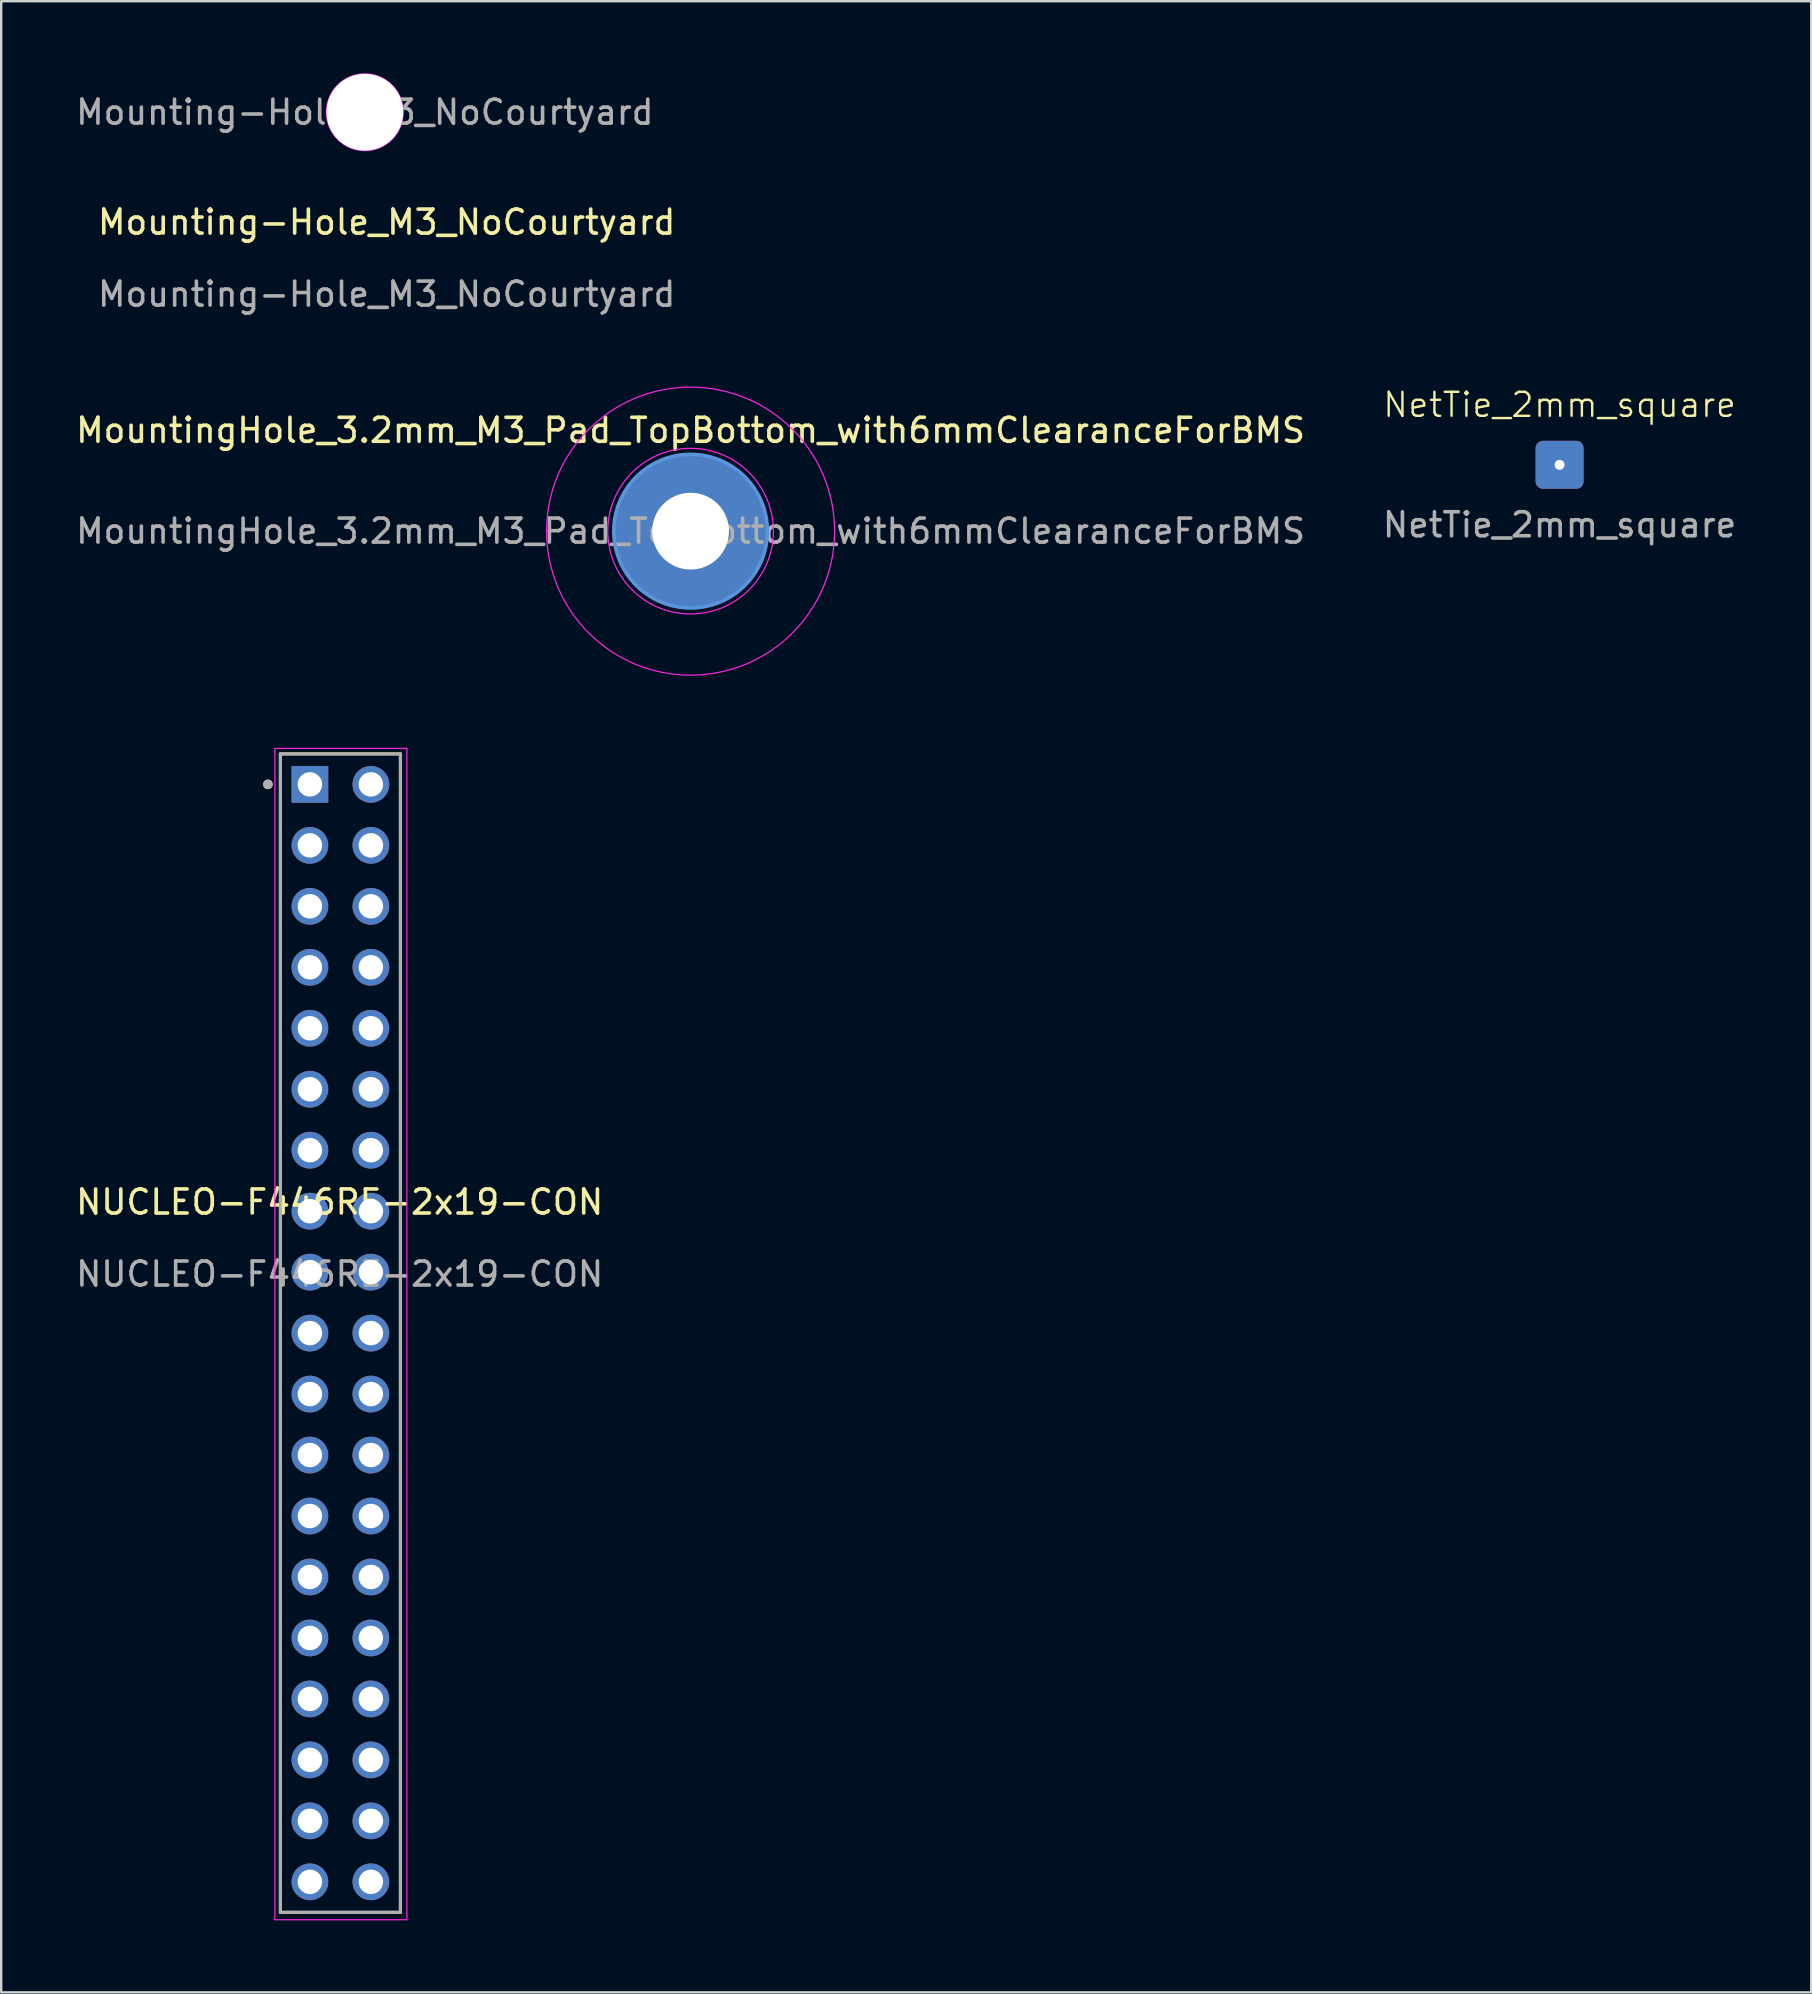
<source format=kicad_pcb>
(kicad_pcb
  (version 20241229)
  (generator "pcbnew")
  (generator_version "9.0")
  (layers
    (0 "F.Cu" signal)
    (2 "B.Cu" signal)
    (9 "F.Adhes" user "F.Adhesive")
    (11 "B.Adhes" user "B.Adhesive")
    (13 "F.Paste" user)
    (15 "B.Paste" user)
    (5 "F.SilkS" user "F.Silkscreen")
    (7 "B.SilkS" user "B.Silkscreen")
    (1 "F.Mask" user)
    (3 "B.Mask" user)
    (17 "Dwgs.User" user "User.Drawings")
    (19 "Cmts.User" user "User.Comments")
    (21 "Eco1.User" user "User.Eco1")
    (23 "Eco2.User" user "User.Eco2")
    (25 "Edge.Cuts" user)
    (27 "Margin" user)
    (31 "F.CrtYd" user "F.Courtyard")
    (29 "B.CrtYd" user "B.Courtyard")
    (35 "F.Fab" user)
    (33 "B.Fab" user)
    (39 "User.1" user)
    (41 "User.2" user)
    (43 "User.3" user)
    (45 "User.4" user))
  (footprint "NetTie_2mm_square"
    (layer "F.Cu")
    (at 61.923 16.314)
    (property "Reference" "NetTie_2mm_square" (at 0 -2.5 0) (unlocked yes) (layer "F.SilkS") (effects (font (size 1 1) (thickness 0.1))))
    (attr board_only exclude_from_pos_files exclude_from_bom)
    (fp_text user "${REFERENCE}" (at 0 2.5 0) (unlocked yes) (layer "F.Fab") (effects (font (size 1 1) (thickness 0.15))))
    (pad "1" thru_hole roundrect (at 0 0) (size 2 2) (drill 0.4) (property pad_prop_testpoint) (layers "*.Cu") (roundrect_rratio 0.15) (padstack (mode front_inner_back) (layer "Inner" (shape circle) (size 0.6 0.6)) (layer "B.Cu" (shape circle) (size 0.6 0.6))))
    (pad "2" thru_hole circle (at 0 0) (size 0.6 0.6) (drill 0.4) (property pad_prop_testpoint) (layers "*.Cu") (padstack (mode front_inner_back) (layer "Inner" (shape circle) (size 0.6 0.6)) (layer "B.Cu" (shape roundrect) (size 2 2) (roundrect_rratio 0.15)))))
  (footprint "NUCLEO-F446RE-2x19-CON"
    (layer "F.Cu")
    (at 11.101 47.528)
    (property "Reference" "NUCLEO-F446RE-2x19-CON" (at 0 -0.5 0) (unlocked yes) (layer "F.SilkS") (effects (font (size 1 1) (thickness 0.15))))
    (attr through_hole)
    (fp_line (start -2.47 -19.17) (end -2.47 29.09) (stroke (width 0.127) (type solid)) (layer "F.SilkS"))
    (fp_line (start -2.47 29.09) (end 2.53 29.09) (stroke (width 0.127) (type solid)) (layer "F.SilkS"))
    (fp_line (start 2.53 -19.17) (end -2.47 -19.17) (stroke (width 0.127) (type solid)) (layer "F.SilkS"))
    (fp_line (start 2.53 29.09) (end 2.53 -19.17) (stroke (width 0.127) (type solid)) (layer "F.SilkS"))
    (fp_circle (center -2.99 -17.9) (end -2.89 -17.9) (stroke (width 0.2) (type solid)) (fill no) (layer "F.SilkS"))
    (fp_rect (start -2.7 -19.4) (end 2.8 29.4) (stroke (width 0.05) (type solid)) (fill no) (layer "F.CrtYd"))
    (fp_line (start -2.47 -19.17) (end -2.47 29.09) (stroke (width 0.127) (type solid)) (layer "F.Fab"))
    (fp_line (start -2.47 29.09) (end 2.53 29.09) (stroke (width 0.127) (type solid)) (layer "F.Fab"))
    (fp_line (start 2.53 -19.17) (end -2.47 -19.17) (stroke (width 0.127) (type solid)) (layer "F.Fab"))
    (fp_line (start 2.53 29.09) (end 2.53 -19.17) (stroke (width 0.127) (type solid)) (layer "F.Fab"))
    (fp_circle (center -2.99 -17.9) (end -2.89 -17.9) (stroke (width 0.2) (type solid)) (fill no) (layer "F.Fab"))
    (fp_text user "${REFERENCE}" (at 0 2.5 0) (unlocked yes) (layer "F.Fab") (effects (font (size 1 1) (thickness 0.15))))
    (pad "1" thru_hole rect (at -1.24 -17.9) (size 1.53 1.53) (drill 1.02) (layers "*.Cu" "*.Mask"))
    (pad "2" thru_hole circle (at 1.3 -17.9) (size 1.53 1.53) (drill 1.02) (layers "*.Cu" "*.Mask"))
    (pad "3" thru_hole circle (at -1.24 -15.36) (size 1.53 1.53) (drill 1.02) (layers "*.Cu" "*.Mask"))
    (pad "4" thru_hole circle (at 1.3 -15.36) (size 1.53 1.53) (drill 1.02) (layers "*.Cu" "*.Mask"))
    (pad "5" thru_hole circle (at -1.24 -12.82) (size 1.53 1.53) (drill 1.02) (layers "*.Cu" "*.Mask"))
    (pad "16" thru_hole circle (at 1.3 -12.82) (size 1.53 1.53) (drill 1.02) (layers "*.Cu" "*.Mask"))
    (pad "CN7_7" thru_hole circle (at -1.24 -10.28) (size 1.53 1.53) (drill 1.02) (layers "*.Cu" "*.Mask"))
    (pad "CN7_8" thru_hole circle (at 1.3 -10.28) (size 1.53 1.53) (drill 1.02) (layers "*.Cu" "*.Mask"))
    (pad "CN7_9" thru_hole circle (at -1.24 -7.74) (size 1.53 1.53) (drill 1.02) (layers "*.Cu" "*.Mask"))
    (pad "CN7_10" thru_hole circle (at 1.3 -7.74) (size 1.53 1.53) (drill 1.02) (layers "*.Cu" "*.Mask"))
    (pad "CN7_11" thru_hole circle (at -1.24 -5.2) (size 1.53 1.53) (drill 1.02) (layers "*.Cu" "*.Mask"))
    (pad "CN7_12" thru_hole circle (at 1.3 -5.2) (size 1.53 1.53) (drill 1.02) (layers "*.Cu" "*.Mask"))
    (pad "CN7_13" thru_hole circle (at -1.24 -2.66) (size 1.53 1.53) (drill 1.02) (layers "*.Cu" "*.Mask"))
    (pad "CN7_14" thru_hole circle (at 1.3 -2.66) (size 1.53 1.53) (drill 1.02) (layers "*.Cu" "*.Mask"))
    (pad "CN7_15" thru_hole circle (at -1.24 -0.12) (size 1.53 1.53) (drill 1.02) (layers "*.Cu" "*.Mask"))
    (pad "CN7_16" thru_hole circle (at 1.3 -0.12) (size 1.53 1.53) (drill 1.02) (layers "*.Cu" "*.Mask"))
    (pad "CN7_17" thru_hole circle (at -1.24 2.42) (size 1.53 1.53) (drill 1.02) (layers "*.Cu" "*.Mask"))
    (pad "CN7_18" thru_hole circle (at 1.3 2.42) (size 1.53 1.53) (drill 1.02) (layers "*.Cu" "*.Mask"))
    (pad "CN7_19" thru_hole circle (at -1.24 4.96) (size 1.53 1.53) (drill 1.02) (layers "*.Cu" "*.Mask"))
    (pad "CN7_20" thru_hole circle (at 1.3 4.96) (size 1.53 1.53) (drill 1.02) (layers "*.Cu" "*.Mask"))
    (pad "CN7_21" thru_hole circle (at -1.24 7.5) (size 1.53 1.53) (drill 1.02) (layers "*.Cu" "*.Mask"))
    (pad "CN7_22" thru_hole circle (at 1.3 7.5) (size 1.53 1.53) (drill 1.02) (layers "*.Cu" "*.Mask"))
    (pad "CN7_23" thru_hole circle (at -1.24 10.04) (size 1.53 1.53) (drill 1.02) (layers "*.Cu" "*.Mask"))
    (pad "CN7_24" thru_hole circle (at 1.3 10.04) (size 1.53 1.53) (drill 1.02) (layers "*.Cu" "*.Mask"))
    (pad "CN7_25" thru_hole circle (at -1.24 12.58) (size 1.53 1.53) (drill 1.02) (layers "*.Cu" "*.Mask"))
    (pad "CN7_26" thru_hole circle (at 1.3 12.58) (size 1.53 1.53) (drill 1.02) (layers "*.Cu" "*.Mask"))
    (pad "CN7_27" thru_hole circle (at -1.24 15.12) (size 1.53 1.53) (drill 1.02) (layers "*.Cu" "*.Mask"))
    (pad "CN7_28" thru_hole circle (at 1.3 15.12) (size 1.53 1.53) (drill 1.02) (layers "*.Cu" "*.Mask"))
    (pad "CN7_29" thru_hole circle (at -1.24 17.66) (size 1.53 1.53) (drill 1.02) (layers "*.Cu" "*.Mask"))
    (pad "CN7_30" thru_hole circle (at 1.3 17.66) (size 1.53 1.53) (drill 1.02) (layers "*.Cu" "*.Mask"))
    (pad "CN7_31" thru_hole circle (at -1.24 20.2) (size 1.53 1.53) (drill 1.02) (layers "*.Cu" "*.Mask"))
    (pad "CN7_32" thru_hole circle (at 1.3 20.2) (size 1.53 1.53) (drill 1.02) (layers "*.Cu" "*.Mask"))
    (pad "CN7_33" thru_hole circle (at -1.24 22.74) (size 1.53 1.53) (drill 1.02) (layers "*.Cu" "*.Mask"))
    (pad "CN7_34" thru_hole circle (at 1.3 22.74) (size 1.53 1.53) (drill 1.02) (layers "*.Cu" "*.Mask"))
    (pad "CN7_35" thru_hole circle (at -1.24 25.28) (size 1.53 1.53) (drill 1.02) (layers "*.Cu" "*.Mask"))
    (pad "CN7_36" thru_hole circle (at 1.3 25.28) (size 1.53 1.53) (drill 1.02) (layers "*.Cu" "*.Mask"))
    (pad "CN7_37" thru_hole circle (at -1.24 27.82) (size 1.53 1.53) (drill 1.02) (layers "*.Cu" "*.Mask"))
    (pad "CN7_38" thru_hole circle (at 1.3 27.82) (size 1.53 1.53) (drill 1.02) (layers "*.Cu" "*.Mask")))
  (footprint "MountingHole_3.2mm_M3_Pad_TopBottom_with6mmClearanceForBMS"
    (layer "F.Cu")
    (at 25.72 19.078)
    (property "Reference" "MountingHole_3.2mm_M3_Pad_TopBottom_with6mmClearanceForBMS" (at 0 -4.2 0) (layer "F.SilkS") (effects (font (size 1 1) (thickness 0.15))))
    (attr exclude_from_pos_files exclude_from_bom)
    (fp_circle (center 0 0) (end 3.2 0) (stroke (width 0.15) (type solid)) (fill no) (layer "Cmts.User"))
    (fp_circle (center 0 0) (end 3.45 0) (stroke (width 0.05) (type solid)) (fill no) (layer "F.CrtYd"))
    (fp_circle (center 0 0) (end 6 0) (stroke (width 0.05) (type default)) (fill no) (layer "F.CrtYd"))
    (fp_text user "${REFERENCE}" (at 0 0 0) (layer "F.Fab") (effects (font (size 1 1) (thickness 0.15))))
    (pad "1" thru_hole circle (at 0 0) (size 3.6 3.6) (drill 3.2) (layers "*.Cu" "*.Mask"))
    (pad "1" connect circle (at 0 0) (size 6.4 6.4) (layers "F.Cu" "F.Mask"))
    (pad "1" connect circle (at 0 0) (size 6.4 6.4) (layers "B.Cu" "B.Mask")))
  (footprint "Mounting-Hole_M3_NoCourtyard"
    (layer "F.Cu")
    (at 13.059 6.705)
    (property "Reference" "Mounting-Hole_M3_NoCourtyard" (at 0 -0.5 0) (unlocked yes) (layer "F.SilkS") (effects (font (size 1 1) (thickness 0.15))))
    (attr through_hole)
    (fp_circle (center -0.91 -5.08) (end 0.59 -5.08) (stroke (width 0.15) (type solid)) (fill no) (layer "Cmts.User"))
    (fp_circle (center -0.91 -5.08) (end 0.69 -5.08) (stroke (width 0.05) (type solid)) (fill no) (layer "F.CrtYd"))
    (fp_text user "${REFERENCE}" (at -0.91 -5.08 0) (layer "F.Fab") (effects (font (size 1 1) (thickness 0.15))))
    (fp_text user "${REFERENCE}" (at 0 2.5 0) (unlocked yes) (layer "F.Fab") (effects (font (size 1 1) (thickness 0.15))))
    (pad "" np_thru_hole circle (at -0.91 -5.08) (size 3.2 3.2) (drill 3.2) (layers "*.Cu" "*.Mask")))
  (gr_rect
    (start -3 -3)
    (end 72.405 79.953)
    (stroke (width 0.1) (type default))
    (fill no)
    (layer "Edge.Cuts")))
</source>
